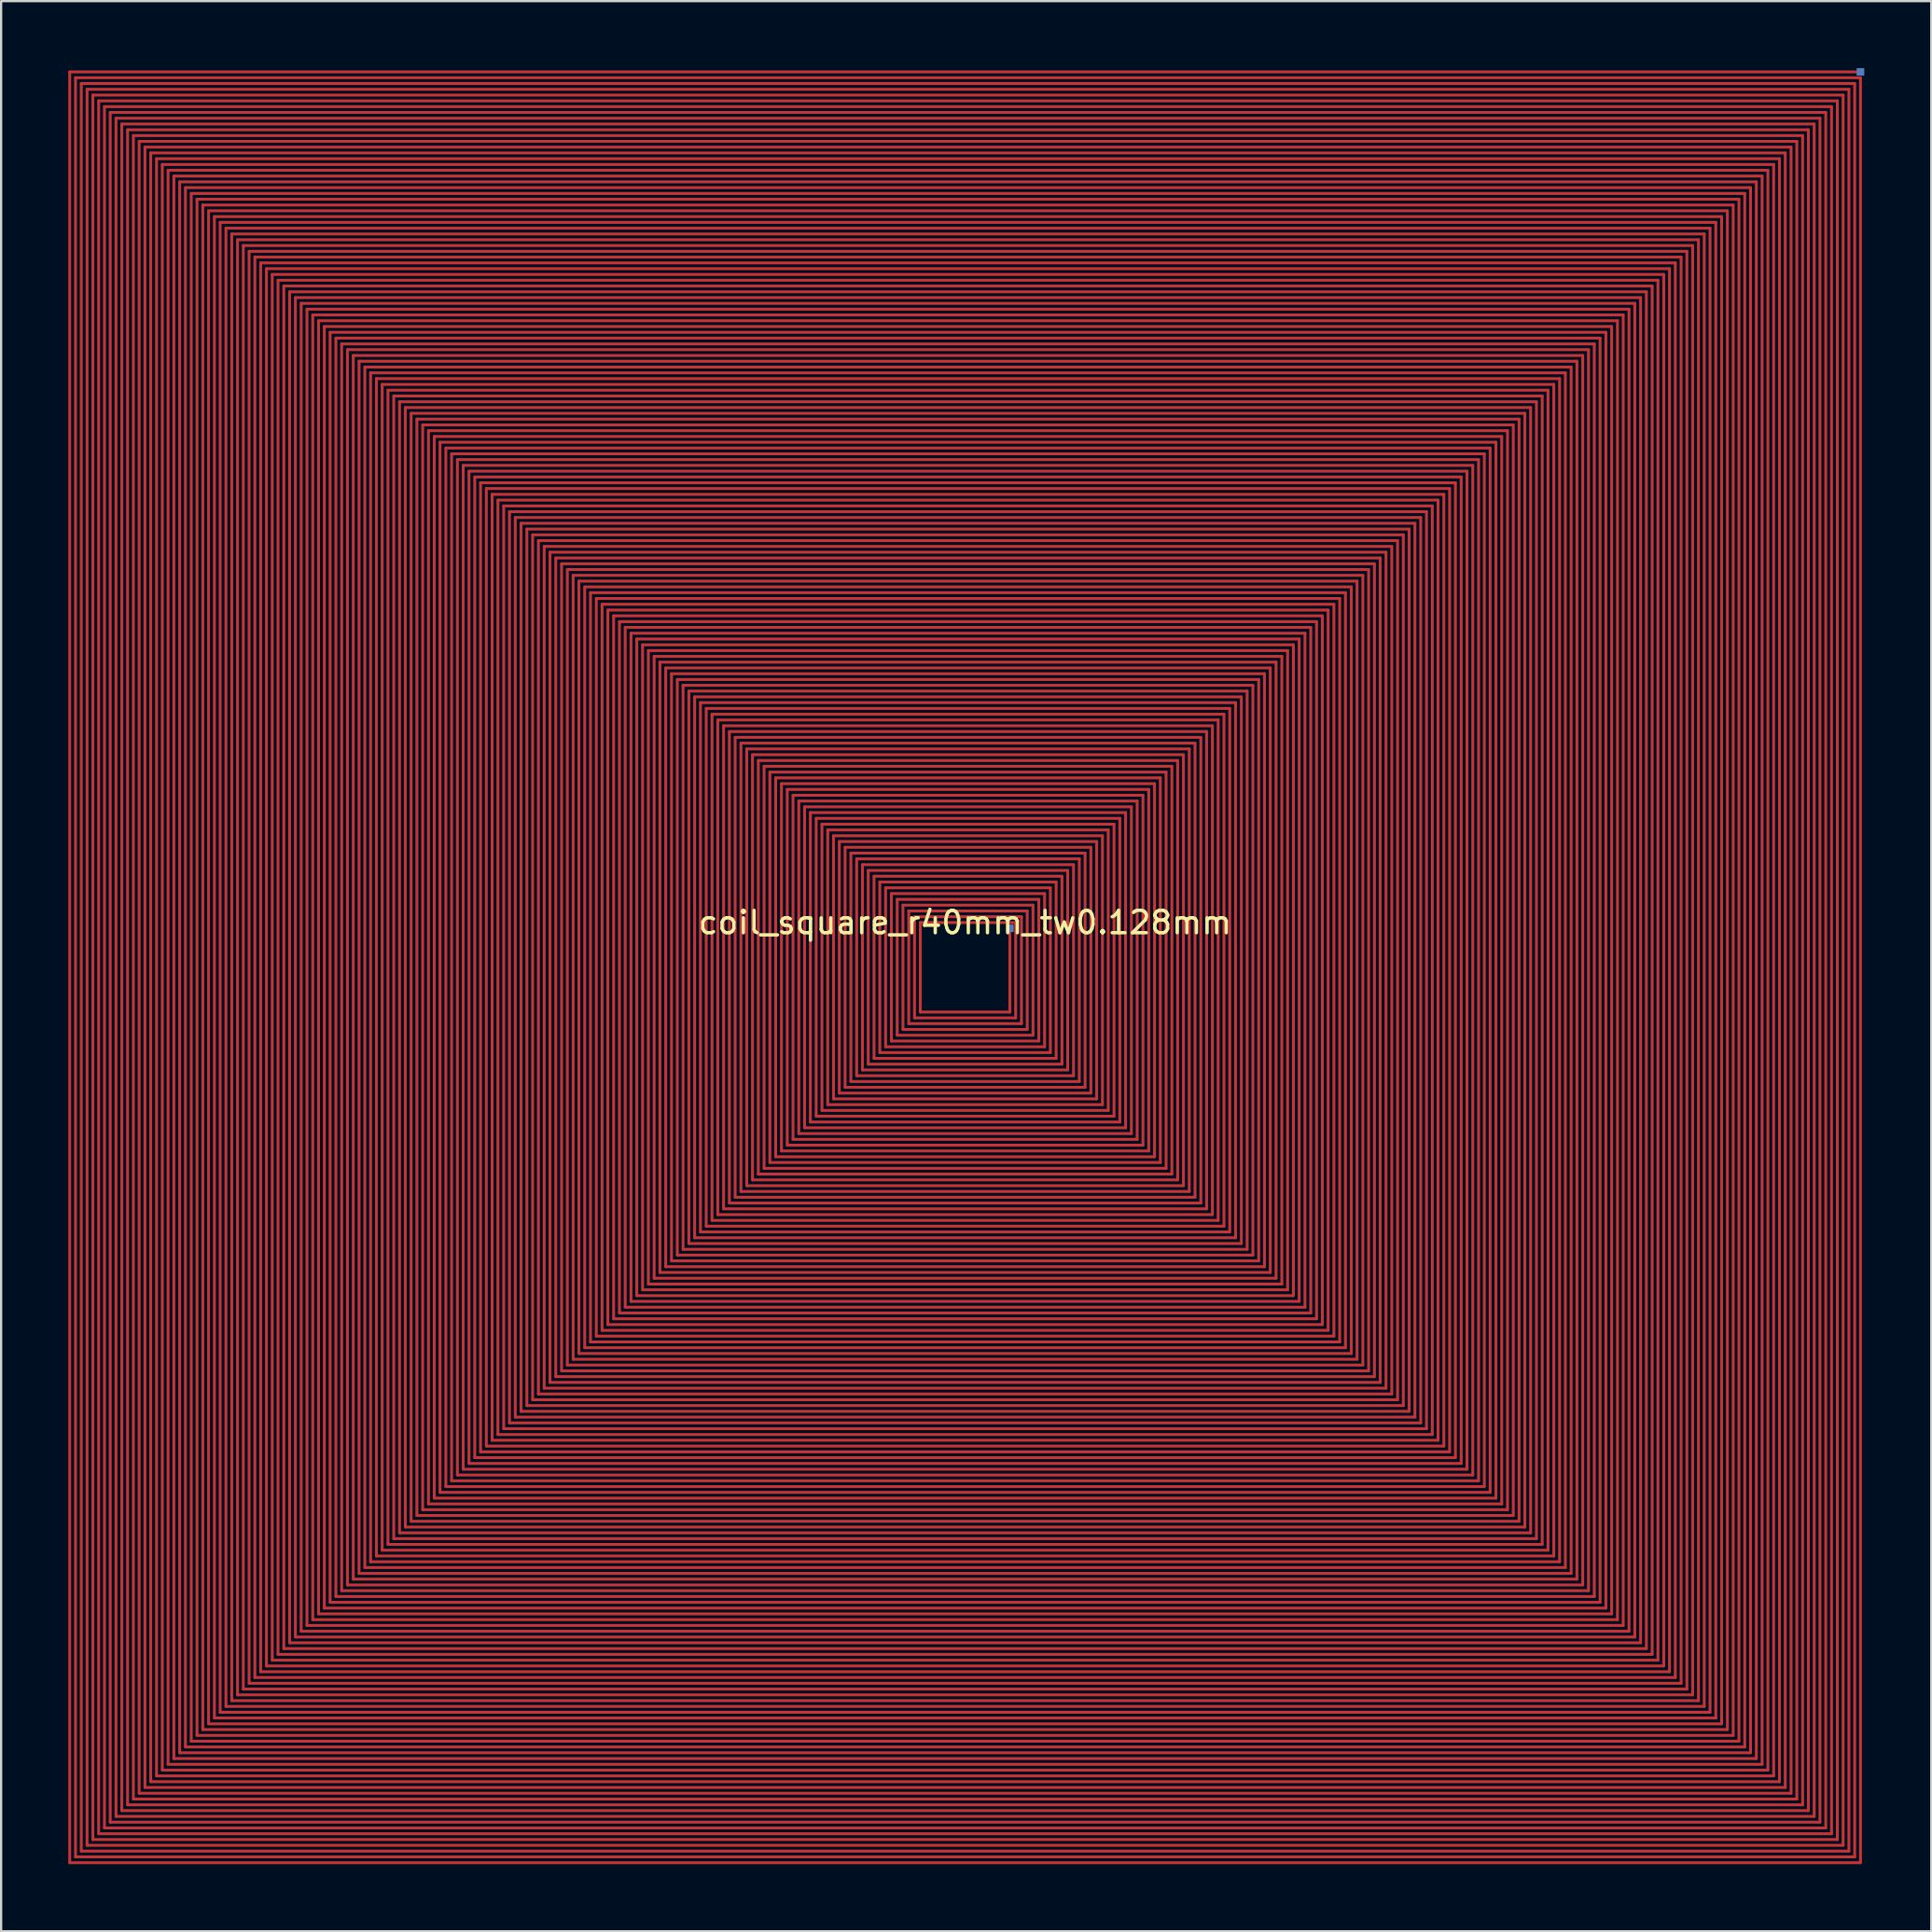
<source format=kicad_pcb>
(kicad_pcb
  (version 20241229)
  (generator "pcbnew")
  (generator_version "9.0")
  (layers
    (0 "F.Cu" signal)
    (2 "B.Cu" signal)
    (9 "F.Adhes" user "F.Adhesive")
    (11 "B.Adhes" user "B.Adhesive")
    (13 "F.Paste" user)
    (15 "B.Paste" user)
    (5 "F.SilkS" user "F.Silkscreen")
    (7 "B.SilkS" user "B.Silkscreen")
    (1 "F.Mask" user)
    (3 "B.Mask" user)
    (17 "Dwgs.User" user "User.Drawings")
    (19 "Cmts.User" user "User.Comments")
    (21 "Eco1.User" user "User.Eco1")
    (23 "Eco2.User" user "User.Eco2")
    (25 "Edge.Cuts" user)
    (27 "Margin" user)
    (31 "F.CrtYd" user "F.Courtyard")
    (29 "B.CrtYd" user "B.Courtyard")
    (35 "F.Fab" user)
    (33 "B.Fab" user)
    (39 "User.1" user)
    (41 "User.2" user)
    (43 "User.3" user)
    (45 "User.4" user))
  (footprint "coil_square_r40mm_tw0.128mm"
    (layer "F.Cu")
    (at 40.064 40.163)
    (property "Reference" "coil_square_r40mm_tw0.128mm" (at 0 -2 0) (layer "F.SilkS") (effects (font (size 1 1) (thickness 0.15))))
    (attr through_hole)
    (fp_line (start -40 -40) (end -40 40) (stroke (width 0.128) (type solid)) (layer "F.Cu"))
    (fp_line (start -40 40) (end 40 40) (stroke (width 0.128) (type solid)) (layer "F.Cu"))
    (fp_line (start -39.741 -39.741) (end -39.741 39.741) (stroke (width 0.128) (type solid)) (layer "F.Cu"))
    (fp_line (start -39.741 39.741) (end 39.741 39.741) (stroke (width 0.128) (type solid)) (layer "F.Cu"))
    (fp_line (start -39.483 -39.483) (end -39.483 39.483) (stroke (width 0.128) (type solid)) (layer "F.Cu"))
    (fp_line (start -39.483 39.483) (end 39.483 39.483) (stroke (width 0.128) (type solid)) (layer "F.Cu"))
    (fp_line (start -39.224 -39.224) (end -39.224 39.224) (stroke (width 0.128) (type solid)) (layer "F.Cu"))
    (fp_line (start -39.224 39.224) (end 39.224 39.224) (stroke (width 0.128) (type solid)) (layer "F.Cu"))
    (fp_line (start -38.966 -38.966) (end -38.966 38.966) (stroke (width 0.128) (type solid)) (layer "F.Cu"))
    (fp_line (start -38.966 38.966) (end 38.966 38.966) (stroke (width 0.128) (type solid)) (layer "F.Cu"))
    (fp_line (start -38.707 -38.707) (end -38.707 38.707) (stroke (width 0.128) (type solid)) (layer "F.Cu"))
    (fp_line (start -38.707 38.707) (end 38.707 38.707) (stroke (width 0.128) (type solid)) (layer "F.Cu"))
    (fp_line (start -38.449 -38.449) (end -38.449 38.449) (stroke (width 0.128) (type solid)) (layer "F.Cu"))
    (fp_line (start -38.449 38.449) (end 38.449 38.449) (stroke (width 0.128) (type solid)) (layer "F.Cu"))
    (fp_line (start -38.19 -38.19) (end -38.19 38.19) (stroke (width 0.128) (type solid)) (layer "F.Cu"))
    (fp_line (start -38.19 38.19) (end 38.19 38.19) (stroke (width 0.128) (type solid)) (layer "F.Cu"))
    (fp_line (start -37.932 -37.932) (end -37.932 37.932) (stroke (width 0.128) (type solid)) (layer "F.Cu"))
    (fp_line (start -37.932 37.932) (end 37.932 37.932) (stroke (width 0.128) (type solid)) (layer "F.Cu"))
    (fp_line (start -37.673 -37.673) (end -37.673 37.673) (stroke (width 0.128) (type solid)) (layer "F.Cu"))
    (fp_line (start -37.673 37.673) (end 37.673 37.673) (stroke (width 0.128) (type solid)) (layer "F.Cu"))
    (fp_line (start -37.415 -37.415) (end -37.415 37.415) (stroke (width 0.128) (type solid)) (layer "F.Cu"))
    (fp_line (start -37.415 37.415) (end 37.415 37.415) (stroke (width 0.128) (type solid)) (layer "F.Cu"))
    (fp_line (start -37.156 -37.156) (end -37.156 37.156) (stroke (width 0.128) (type solid)) (layer "F.Cu"))
    (fp_line (start -37.156 37.156) (end 37.156 37.156) (stroke (width 0.128) (type solid)) (layer "F.Cu"))
    (fp_line (start -36.898 -36.898) (end -36.898 36.898) (stroke (width 0.128) (type solid)) (layer "F.Cu"))
    (fp_line (start -36.898 36.898) (end 36.898 36.898) (stroke (width 0.128) (type solid)) (layer "F.Cu"))
    (fp_line (start -36.639 -36.639) (end -36.639 36.639) (stroke (width 0.128) (type solid)) (layer "F.Cu"))
    (fp_line (start -36.639 36.639) (end 36.639 36.639) (stroke (width 0.128) (type solid)) (layer "F.Cu"))
    (fp_line (start -36.381 -36.381) (end -36.381 36.381) (stroke (width 0.128) (type solid)) (layer "F.Cu"))
    (fp_line (start -36.381 36.381) (end 36.381 36.381) (stroke (width 0.128) (type solid)) (layer "F.Cu"))
    (fp_line (start -36.122 -36.122) (end -36.122 36.122) (stroke (width 0.128) (type solid)) (layer "F.Cu"))
    (fp_line (start -36.122 36.122) (end 36.122 36.122) (stroke (width 0.128) (type solid)) (layer "F.Cu"))
    (fp_line (start -35.864 -35.864) (end -35.864 35.864) (stroke (width 0.128) (type solid)) (layer "F.Cu"))
    (fp_line (start -35.864 35.864) (end 35.864 35.864) (stroke (width 0.128) (type solid)) (layer "F.Cu"))
    (fp_line (start -35.605 -35.605) (end -35.605 35.605) (stroke (width 0.128) (type solid)) (layer "F.Cu"))
    (fp_line (start -35.605 35.605) (end 35.605 35.605) (stroke (width 0.128) (type solid)) (layer "F.Cu"))
    (fp_line (start -35.347 -35.347) (end -35.347 35.347) (stroke (width 0.128) (type solid)) (layer "F.Cu"))
    (fp_line (start -35.347 35.347) (end 35.347 35.347) (stroke (width 0.128) (type solid)) (layer "F.Cu"))
    (fp_line (start -35.088 -35.088) (end -35.088 35.088) (stroke (width 0.128) (type solid)) (layer "F.Cu"))
    (fp_line (start -35.088 35.088) (end 35.088 35.088) (stroke (width 0.128) (type solid)) (layer "F.Cu"))
    (fp_line (start -34.83 -34.83) (end -34.83 34.83) (stroke (width 0.128) (type solid)) (layer "F.Cu"))
    (fp_line (start -34.83 34.83) (end 34.83 34.83) (stroke (width 0.128) (type solid)) (layer "F.Cu"))
    (fp_line (start -34.571 -34.571) (end -34.571 34.571) (stroke (width 0.128) (type solid)) (layer "F.Cu"))
    (fp_line (start -34.571 34.571) (end 34.571 34.571) (stroke (width 0.128) (type solid)) (layer "F.Cu"))
    (fp_line (start -34.313 -34.313) (end -34.313 34.313) (stroke (width 0.128) (type solid)) (layer "F.Cu"))
    (fp_line (start -34.313 34.313) (end 34.313 34.313) (stroke (width 0.128) (type solid)) (layer "F.Cu"))
    (fp_line (start -34.054 -34.054) (end -34.054 34.054) (stroke (width 0.128) (type solid)) (layer "F.Cu"))
    (fp_line (start -34.054 34.054) (end 34.054 34.054) (stroke (width 0.128) (type solid)) (layer "F.Cu"))
    (fp_line (start -33.796 -33.796) (end -33.796 33.796) (stroke (width 0.128) (type solid)) (layer "F.Cu"))
    (fp_line (start -33.796 33.796) (end 33.796 33.796) (stroke (width 0.128) (type solid)) (layer "F.Cu"))
    (fp_line (start -33.537 -33.537) (end -33.537 33.537) (stroke (width 0.128) (type solid)) (layer "F.Cu"))
    (fp_line (start -33.537 33.537) (end 33.537 33.537) (stroke (width 0.128) (type solid)) (layer "F.Cu"))
    (fp_line (start -33.279 -33.279) (end -33.279 33.279) (stroke (width 0.128) (type solid)) (layer "F.Cu"))
    (fp_line (start -33.279 33.279) (end 33.279 33.279) (stroke (width 0.128) (type solid)) (layer "F.Cu"))
    (fp_line (start -33.02 -33.02) (end -33.02 33.02) (stroke (width 0.128) (type solid)) (layer "F.Cu"))
    (fp_line (start -33.02 33.02) (end 33.02 33.02) (stroke (width 0.128) (type solid)) (layer "F.Cu"))
    (fp_line (start -32.762 -32.762) (end -32.762 32.762) (stroke (width 0.128) (type solid)) (layer "F.Cu"))
    (fp_line (start -32.762 32.762) (end 32.762 32.762) (stroke (width 0.128) (type solid)) (layer "F.Cu"))
    (fp_line (start -32.503 -32.503) (end -32.503 32.503) (stroke (width 0.128) (type solid)) (layer "F.Cu"))
    (fp_line (start -32.503 32.503) (end 32.503 32.503) (stroke (width 0.128) (type solid)) (layer "F.Cu"))
    (fp_line (start -32.245 -32.245) (end -32.245 32.245) (stroke (width 0.128) (type solid)) (layer "F.Cu"))
    (fp_line (start -32.245 32.245) (end 32.245 32.245) (stroke (width 0.128) (type solid)) (layer "F.Cu"))
    (fp_line (start -31.986 -31.986) (end -31.986 31.986) (stroke (width 0.128) (type solid)) (layer "F.Cu"))
    (fp_line (start -31.986 31.986) (end 31.986 31.986) (stroke (width 0.128) (type solid)) (layer "F.Cu"))
    (fp_line (start -31.728 -31.728) (end -31.728 31.728) (stroke (width 0.128) (type solid)) (layer "F.Cu"))
    (fp_line (start -31.728 31.728) (end 31.728 31.728) (stroke (width 0.128) (type solid)) (layer "F.Cu"))
    (fp_line (start -31.469 -31.469) (end -31.469 31.469) (stroke (width 0.128) (type solid)) (layer "F.Cu"))
    (fp_line (start -31.469 31.469) (end 31.469 31.469) (stroke (width 0.128) (type solid)) (layer "F.Cu"))
    (fp_line (start -31.211 -31.211) (end -31.211 31.211) (stroke (width 0.128) (type solid)) (layer "F.Cu"))
    (fp_line (start -31.211 31.211) (end 31.211 31.211) (stroke (width 0.128) (type solid)) (layer "F.Cu"))
    (fp_line (start -30.952 -30.952) (end -30.952 30.952) (stroke (width 0.128) (type solid)) (layer "F.Cu"))
    (fp_line (start -30.952 30.952) (end 30.952 30.952) (stroke (width 0.128) (type solid)) (layer "F.Cu"))
    (fp_line (start -30.694 -30.694) (end -30.694 30.694) (stroke (width 0.128) (type solid)) (layer "F.Cu"))
    (fp_line (start -30.694 30.694) (end 30.694 30.694) (stroke (width 0.128) (type solid)) (layer "F.Cu"))
    (fp_line (start -30.435 -30.435) (end -30.435 30.435) (stroke (width 0.128) (type solid)) (layer "F.Cu"))
    (fp_line (start -30.435 30.435) (end 30.435 30.435) (stroke (width 0.128) (type solid)) (layer "F.Cu"))
    (fp_line (start -30.177 -30.177) (end -30.177 30.177) (stroke (width 0.128) (type solid)) (layer "F.Cu"))
    (fp_line (start -30.177 30.177) (end 30.177 30.177) (stroke (width 0.128) (type solid)) (layer "F.Cu"))
    (fp_line (start -29.918 -29.918) (end -29.918 29.918) (stroke (width 0.128) (type solid)) (layer "F.Cu"))
    (fp_line (start -29.918 29.918) (end 29.918 29.918) (stroke (width 0.128) (type solid)) (layer "F.Cu"))
    (fp_line (start -29.66 -29.66) (end -29.66 29.66) (stroke (width 0.128) (type solid)) (layer "F.Cu"))
    (fp_line (start -29.66 29.66) (end 29.66 29.66) (stroke (width 0.128) (type solid)) (layer "F.Cu"))
    (fp_line (start -29.401 -29.401) (end -29.401 29.401) (stroke (width 0.128) (type solid)) (layer "F.Cu"))
    (fp_line (start -29.401 29.401) (end 29.401 29.401) (stroke (width 0.128) (type solid)) (layer "F.Cu"))
    (fp_line (start -29.143 -29.143) (end -29.143 29.143) (stroke (width 0.128) (type solid)) (layer "F.Cu"))
    (fp_line (start -29.143 29.143) (end 29.143 29.143) (stroke (width 0.128) (type solid)) (layer "F.Cu"))
    (fp_line (start -28.884 -28.884) (end -28.884 28.884) (stroke (width 0.128) (type solid)) (layer "F.Cu"))
    (fp_line (start -28.884 28.884) (end 28.884 28.884) (stroke (width 0.128) (type solid)) (layer "F.Cu"))
    (fp_line (start -28.626 -28.626) (end -28.626 28.626) (stroke (width 0.128) (type solid)) (layer "F.Cu"))
    (fp_line (start -28.626 28.626) (end 28.626 28.626) (stroke (width 0.128) (type solid)) (layer "F.Cu"))
    (fp_line (start -28.367 -28.367) (end -28.367 28.367) (stroke (width 0.128) (type solid)) (layer "F.Cu"))
    (fp_line (start -28.367 28.367) (end 28.367 28.367) (stroke (width 0.128) (type solid)) (layer "F.Cu"))
    (fp_line (start -28.109 -28.109) (end -28.109 28.109) (stroke (width 0.128) (type solid)) (layer "F.Cu"))
    (fp_line (start -28.109 28.109) (end 28.109 28.109) (stroke (width 0.128) (type solid)) (layer "F.Cu"))
    (fp_line (start -27.85 -27.85) (end -27.85 27.85) (stroke (width 0.128) (type solid)) (layer "F.Cu"))
    (fp_line (start -27.85 27.85) (end 27.85 27.85) (stroke (width 0.128) (type solid)) (layer "F.Cu"))
    (fp_line (start -27.592 -27.592) (end -27.592 27.592) (stroke (width 0.128) (type solid)) (layer "F.Cu"))
    (fp_line (start -27.592 27.592) (end 27.592 27.592) (stroke (width 0.128) (type solid)) (layer "F.Cu"))
    (fp_line (start -27.333 -27.333) (end -27.333 27.333) (stroke (width 0.128) (type solid)) (layer "F.Cu"))
    (fp_line (start -27.333 27.333) (end 27.333 27.333) (stroke (width 0.128) (type solid)) (layer "F.Cu"))
    (fp_line (start -27.075 -27.075) (end -27.075 27.075) (stroke (width 0.128) (type solid)) (layer "F.Cu"))
    (fp_line (start -27.075 27.075) (end 27.075 27.075) (stroke (width 0.128) (type solid)) (layer "F.Cu"))
    (fp_line (start -26.816 -26.816) (end -26.816 26.816) (stroke (width 0.128) (type solid)) (layer "F.Cu"))
    (fp_line (start -26.816 26.816) (end 26.816 26.816) (stroke (width 0.128) (type solid)) (layer "F.Cu"))
    (fp_line (start -26.558 -26.558) (end -26.558 26.558) (stroke (width 0.128) (type solid)) (layer "F.Cu"))
    (fp_line (start -26.558 26.558) (end 26.558 26.558) (stroke (width 0.128) (type solid)) (layer "F.Cu"))
    (fp_line (start -26.299 -26.299) (end -26.299 26.299) (stroke (width 0.128) (type solid)) (layer "F.Cu"))
    (fp_line (start -26.299 26.299) (end 26.299 26.299) (stroke (width 0.128) (type solid)) (layer "F.Cu"))
    (fp_line (start -26.041 -26.041) (end -26.041 26.041) (stroke (width 0.128) (type solid)) (layer "F.Cu"))
    (fp_line (start -26.041 26.041) (end 26.041 26.041) (stroke (width 0.128) (type solid)) (layer "F.Cu"))
    (fp_line (start -25.782 -25.782) (end -25.782 25.782) (stroke (width 0.128) (type solid)) (layer "F.Cu"))
    (fp_line (start -25.782 25.782) (end 25.782 25.782) (stroke (width 0.128) (type solid)) (layer "F.Cu"))
    (fp_line (start -25.524 -25.524) (end -25.524 25.524) (stroke (width 0.128) (type solid)) (layer "F.Cu"))
    (fp_line (start -25.524 25.524) (end 25.524 25.524) (stroke (width 0.128) (type solid)) (layer "F.Cu"))
    (fp_line (start -25.265 -25.265) (end -25.265 25.265) (stroke (width 0.128) (type solid)) (layer "F.Cu"))
    (fp_line (start -25.265 25.265) (end 25.265 25.265) (stroke (width 0.128) (type solid)) (layer "F.Cu"))
    (fp_line (start -25.007 -25.007) (end -25.007 25.007) (stroke (width 0.128) (type solid)) (layer "F.Cu"))
    (fp_line (start -25.007 25.007) (end 25.007 25.007) (stroke (width 0.128) (type solid)) (layer "F.Cu"))
    (fp_line (start -24.748 -24.748) (end -24.748 24.748) (stroke (width 0.128) (type solid)) (layer "F.Cu"))
    (fp_line (start -24.748 24.748) (end 24.748 24.748) (stroke (width 0.128) (type solid)) (layer "F.Cu"))
    (fp_line (start -24.49 -24.49) (end -24.49 24.49) (stroke (width 0.128) (type solid)) (layer "F.Cu"))
    (fp_line (start -24.49 24.49) (end 24.49 24.49) (stroke (width 0.128) (type solid)) (layer "F.Cu"))
    (fp_line (start -24.231 -24.231) (end -24.231 24.231) (stroke (width 0.128) (type solid)) (layer "F.Cu"))
    (fp_line (start -24.231 24.231) (end 24.231 24.231) (stroke (width 0.128) (type solid)) (layer "F.Cu"))
    (fp_line (start -23.973 -23.973) (end -23.973 23.973) (stroke (width 0.128) (type solid)) (layer "F.Cu"))
    (fp_line (start -23.973 23.973) (end 23.973 23.973) (stroke (width 0.128) (type solid)) (layer "F.Cu"))
    (fp_line (start -23.714 -23.714) (end -23.714 23.714) (stroke (width 0.128) (type solid)) (layer "F.Cu"))
    (fp_line (start -23.714 23.714) (end 23.714 23.714) (stroke (width 0.128) (type solid)) (layer "F.Cu"))
    (fp_line (start -23.456 -23.456) (end -23.456 23.456) (stroke (width 0.128) (type solid)) (layer "F.Cu"))
    (fp_line (start -23.456 23.456) (end 23.456 23.456) (stroke (width 0.128) (type solid)) (layer "F.Cu"))
    (fp_line (start -23.197 -23.197) (end -23.197 23.197) (stroke (width 0.128) (type solid)) (layer "F.Cu"))
    (fp_line (start -23.197 23.197) (end 23.197 23.197) (stroke (width 0.128) (type solid)) (layer "F.Cu"))
    (fp_line (start -22.939 -22.939) (end -22.939 22.939) (stroke (width 0.128) (type solid)) (layer "F.Cu"))
    (fp_line (start -22.939 22.939) (end 22.939 22.939) (stroke (width 0.128) (type solid)) (layer "F.Cu"))
    (fp_line (start -22.68 -22.68) (end -22.68 22.68) (stroke (width 0.128) (type solid)) (layer "F.Cu"))
    (fp_line (start -22.68 22.68) (end 22.68 22.68) (stroke (width 0.128) (type solid)) (layer "F.Cu"))
    (fp_line (start -22.422 -22.422) (end -22.422 22.422) (stroke (width 0.128) (type solid)) (layer "F.Cu"))
    (fp_line (start -22.422 22.422) (end 22.422 22.422) (stroke (width 0.128) (type solid)) (layer "F.Cu"))
    (fp_line (start -22.163 -22.163) (end -22.163 22.163) (stroke (width 0.128) (type solid)) (layer "F.Cu"))
    (fp_line (start -22.163 22.163) (end 22.163 22.163) (stroke (width 0.128) (type solid)) (layer "F.Cu"))
    (fp_line (start -21.905 -21.905) (end -21.905 21.905) (stroke (width 0.128) (type solid)) (layer "F.Cu"))
    (fp_line (start -21.905 21.905) (end 21.905 21.905) (stroke (width 0.128) (type solid)) (layer "F.Cu"))
    (fp_line (start -21.646 -21.646) (end -21.646 21.646) (stroke (width 0.128) (type solid)) (layer "F.Cu"))
    (fp_line (start -21.646 21.646) (end 21.646 21.646) (stroke (width 0.128) (type solid)) (layer "F.Cu"))
    (fp_line (start -21.388 -21.388) (end -21.388 21.388) (stroke (width 0.128) (type solid)) (layer "F.Cu"))
    (fp_line (start -21.388 21.388) (end 21.388 21.388) (stroke (width 0.128) (type solid)) (layer "F.Cu"))
    (fp_line (start -21.129 -21.129) (end -21.129 21.129) (stroke (width 0.128) (type solid)) (layer "F.Cu"))
    (fp_line (start -21.129 21.129) (end 21.129 21.129) (stroke (width 0.128) (type solid)) (layer "F.Cu"))
    (fp_line (start -20.871 -20.871) (end -20.871 20.871) (stroke (width 0.128) (type solid)) (layer "F.Cu"))
    (fp_line (start -20.871 20.871) (end 20.871 20.871) (stroke (width 0.128) (type solid)) (layer "F.Cu"))
    (fp_line (start -20.612 -20.612) (end -20.612 20.612) (stroke (width 0.128) (type solid)) (layer "F.Cu"))
    (fp_line (start -20.612 20.612) (end 20.612 20.612) (stroke (width 0.128) (type solid)) (layer "F.Cu"))
    (fp_line (start -20.354 -20.354) (end -20.354 20.354) (stroke (width 0.128) (type solid)) (layer "F.Cu"))
    (fp_line (start -20.354 20.354) (end 20.354 20.354) (stroke (width 0.128) (type solid)) (layer "F.Cu"))
    (fp_line (start -20.095 -20.095) (end -20.095 20.095) (stroke (width 0.128) (type solid)) (layer "F.Cu"))
    (fp_line (start -20.095 20.095) (end 20.095 20.095) (stroke (width 0.128) (type solid)) (layer "F.Cu"))
    (fp_line (start -19.837 -19.837) (end -19.837 19.837) (stroke (width 0.128) (type solid)) (layer "F.Cu"))
    (fp_line (start -19.837 19.837) (end 19.837 19.837) (stroke (width 0.128) (type solid)) (layer "F.Cu"))
    (fp_line (start -19.578 -19.578) (end -19.578 19.578) (stroke (width 0.128) (type solid)) (layer "F.Cu"))
    (fp_line (start -19.578 19.578) (end 19.578 19.578) (stroke (width 0.128) (type solid)) (layer "F.Cu"))
    (fp_line (start -19.32 -19.32) (end -19.32 19.32) (stroke (width 0.128) (type solid)) (layer "F.Cu"))
    (fp_line (start -19.32 19.32) (end 19.32 19.32) (stroke (width 0.128) (type solid)) (layer "F.Cu"))
    (fp_line (start -19.061 -19.061) (end -19.061 19.061) (stroke (width 0.128) (type solid)) (layer "F.Cu"))
    (fp_line (start -19.061 19.061) (end 19.061 19.061) (stroke (width 0.128) (type solid)) (layer "F.Cu"))
    (fp_line (start -18.803 -18.803) (end -18.803 18.803) (stroke (width 0.128) (type solid)) (layer "F.Cu"))
    (fp_line (start -18.803 18.803) (end 18.803 18.803) (stroke (width 0.128) (type solid)) (layer "F.Cu"))
    (fp_line (start -18.544 -18.544) (end -18.544 18.544) (stroke (width 0.128) (type solid)) (layer "F.Cu"))
    (fp_line (start -18.544 18.544) (end 18.544 18.544) (stroke (width 0.128) (type solid)) (layer "F.Cu"))
    (fp_line (start -18.286 -18.286) (end -18.286 18.286) (stroke (width 0.128) (type solid)) (layer "F.Cu"))
    (fp_line (start -18.286 18.286) (end 18.286 18.286) (stroke (width 0.128) (type solid)) (layer "F.Cu"))
    (fp_line (start -18.027 -18.027) (end -18.027 18.027) (stroke (width 0.128) (type solid)) (layer "F.Cu"))
    (fp_line (start -18.027 18.027) (end 18.027 18.027) (stroke (width 0.128) (type solid)) (layer "F.Cu"))
    (fp_line (start -17.769 -17.769) (end -17.769 17.769) (stroke (width 0.128) (type solid)) (layer "F.Cu"))
    (fp_line (start -17.769 17.769) (end 17.769 17.769) (stroke (width 0.128) (type solid)) (layer "F.Cu"))
    (fp_line (start -17.51 -17.51) (end -17.51 17.51) (stroke (width 0.128) (type solid)) (layer "F.Cu"))
    (fp_line (start -17.51 17.51) (end 17.51 17.51) (stroke (width 0.128) (type solid)) (layer "F.Cu"))
    (fp_line (start -17.252 -17.252) (end -17.252 17.252) (stroke (width 0.128) (type solid)) (layer "F.Cu"))
    (fp_line (start -17.252 17.252) (end 17.252 17.252) (stroke (width 0.128) (type solid)) (layer "F.Cu"))
    (fp_line (start -16.993 -16.993) (end -16.993 16.993) (stroke (width 0.128) (type solid)) (layer "F.Cu"))
    (fp_line (start -16.993 16.993) (end 16.993 16.993) (stroke (width 0.128) (type solid)) (layer "F.Cu"))
    (fp_line (start -16.735 -16.735) (end -16.735 16.735) (stroke (width 0.128) (type solid)) (layer "F.Cu"))
    (fp_line (start -16.735 16.735) (end 16.735 16.735) (stroke (width 0.128) (type solid)) (layer "F.Cu"))
    (fp_line (start -16.476 -16.476) (end -16.476 16.476) (stroke (width 0.128) (type solid)) (layer "F.Cu"))
    (fp_line (start -16.476 16.476) (end 16.476 16.476) (stroke (width 0.128) (type solid)) (layer "F.Cu"))
    (fp_line (start -16.218 -16.218) (end -16.218 16.218) (stroke (width 0.128) (type solid)) (layer "F.Cu"))
    (fp_line (start -16.218 16.218) (end 16.218 16.218) (stroke (width 0.128) (type solid)) (layer "F.Cu"))
    (fp_line (start -15.959 -15.959) (end -15.959 15.959) (stroke (width 0.128) (type solid)) (layer "F.Cu"))
    (fp_line (start -15.959 15.959) (end 15.959 15.959) (stroke (width 0.128) (type solid)) (layer "F.Cu"))
    (fp_line (start -15.701 -15.701) (end -15.701 15.701) (stroke (width 0.128) (type solid)) (layer "F.Cu"))
    (fp_line (start -15.701 15.701) (end 15.701 15.701) (stroke (width 0.128) (type solid)) (layer "F.Cu"))
    (fp_line (start -15.442 -15.442) (end -15.442 15.442) (stroke (width 0.128) (type solid)) (layer "F.Cu"))
    (fp_line (start -15.442 15.442) (end 15.442 15.442) (stroke (width 0.128) (type solid)) (layer "F.Cu"))
    (fp_line (start -15.184 -15.184) (end -15.184 15.184) (stroke (width 0.128) (type solid)) (layer "F.Cu"))
    (fp_line (start -15.184 15.184) (end 15.184 15.184) (stroke (width 0.128) (type solid)) (layer "F.Cu"))
    (fp_line (start -14.925 -14.925) (end -14.925 14.925) (stroke (width 0.128) (type solid)) (layer "F.Cu"))
    (fp_line (start -14.925 14.925) (end 14.925 14.925) (stroke (width 0.128) (type solid)) (layer "F.Cu"))
    (fp_line (start -14.667 -14.667) (end -14.667 14.667) (stroke (width 0.128) (type solid)) (layer "F.Cu"))
    (fp_line (start -14.667 14.667) (end 14.667 14.667) (stroke (width 0.128) (type solid)) (layer "F.Cu"))
    (fp_line (start -14.408 -14.408) (end -14.408 14.408) (stroke (width 0.128) (type solid)) (layer "F.Cu"))
    (fp_line (start -14.408 14.408) (end 14.408 14.408) (stroke (width 0.128) (type solid)) (layer "F.Cu"))
    (fp_line (start -14.15 -14.15) (end -14.15 14.15) (stroke (width 0.128) (type solid)) (layer "F.Cu"))
    (fp_line (start -14.15 14.15) (end 14.15 14.15) (stroke (width 0.128) (type solid)) (layer "F.Cu"))
    (fp_line (start -13.891 -13.891) (end -13.891 13.891) (stroke (width 0.128) (type solid)) (layer "F.Cu"))
    (fp_line (start -13.891 13.891) (end 13.891 13.891) (stroke (width 0.128) (type solid)) (layer "F.Cu"))
    (fp_line (start -13.633 -13.633) (end -13.633 13.633) (stroke (width 0.128) (type solid)) (layer "F.Cu"))
    (fp_line (start -13.633 13.633) (end 13.633 13.633) (stroke (width 0.128) (type solid)) (layer "F.Cu"))
    (fp_line (start -13.374 -13.374) (end -13.374 13.374) (stroke (width 0.128) (type solid)) (layer "F.Cu"))
    (fp_line (start -13.374 13.374) (end 13.374 13.374) (stroke (width 0.128) (type solid)) (layer "F.Cu"))
    (fp_line (start -13.116 -13.116) (end -13.116 13.116) (stroke (width 0.128) (type solid)) (layer "F.Cu"))
    (fp_line (start -13.116 13.116) (end 13.116 13.116) (stroke (width 0.128) (type solid)) (layer "F.Cu"))
    (fp_line (start -12.857 -12.857) (end -12.857 12.857) (stroke (width 0.128) (type solid)) (layer "F.Cu"))
    (fp_line (start -12.857 12.857) (end 12.857 12.857) (stroke (width 0.128) (type solid)) (layer "F.Cu"))
    (fp_line (start -12.599 -12.599) (end -12.599 12.599) (stroke (width 0.128) (type solid)) (layer "F.Cu"))
    (fp_line (start -12.599 12.599) (end 12.599 12.599) (stroke (width 0.128) (type solid)) (layer "F.Cu"))
    (fp_line (start -12.34 -12.34) (end -12.34 12.34) (stroke (width 0.128) (type solid)) (layer "F.Cu"))
    (fp_line (start -12.34 12.34) (end 12.34 12.34) (stroke (width 0.128) (type solid)) (layer "F.Cu"))
    (fp_line (start -12.082 -12.082) (end -12.082 12.082) (stroke (width 0.128) (type solid)) (layer "F.Cu"))
    (fp_line (start -12.082 12.082) (end 12.082 12.082) (stroke (width 0.128) (type solid)) (layer "F.Cu"))
    (fp_line (start -11.823 -11.823) (end -11.823 11.823) (stroke (width 0.128) (type solid)) (layer "F.Cu"))
    (fp_line (start -11.823 11.823) (end 11.823 11.823) (stroke (width 0.128) (type solid)) (layer "F.Cu"))
    (fp_line (start -11.565 -11.565) (end -11.565 11.565) (stroke (width 0.128) (type solid)) (layer "F.Cu"))
    (fp_line (start -11.565 11.565) (end 11.565 11.565) (stroke (width 0.128) (type solid)) (layer "F.Cu"))
    (fp_line (start -11.306 -11.306) (end -11.306 11.306) (stroke (width 0.128) (type solid)) (layer "F.Cu"))
    (fp_line (start -11.306 11.306) (end 11.306 11.306) (stroke (width 0.128) (type solid)) (layer "F.Cu"))
    (fp_line (start -11.048 -11.048) (end -11.048 11.048) (stroke (width 0.128) (type solid)) (layer "F.Cu"))
    (fp_line (start -11.048 11.048) (end 11.048 11.048) (stroke (width 0.128) (type solid)) (layer "F.Cu"))
    (fp_line (start -10.789 -10.789) (end -10.789 10.789) (stroke (width 0.128) (type solid)) (layer "F.Cu"))
    (fp_line (start -10.789 10.789) (end 10.789 10.789) (stroke (width 0.128) (type solid)) (layer "F.Cu"))
    (fp_line (start -10.531 -10.531) (end -10.531 10.531) (stroke (width 0.128) (type solid)) (layer "F.Cu"))
    (fp_line (start -10.531 10.531) (end 10.531 10.531) (stroke (width 0.128) (type solid)) (layer "F.Cu"))
    (fp_line (start -10.272 -10.272) (end -10.272 10.272) (stroke (width 0.128) (type solid)) (layer "F.Cu"))
    (fp_line (start -10.272 10.272) (end 10.272 10.272) (stroke (width 0.128) (type solid)) (layer "F.Cu"))
    (fp_line (start -10.014 -10.014) (end -10.014 10.014) (stroke (width 0.128) (type solid)) (layer "F.Cu"))
    (fp_line (start -10.014 10.014) (end 10.014 10.014) (stroke (width 0.128) (type solid)) (layer "F.Cu"))
    (fp_line (start -9.755 -9.755) (end -9.755 9.755) (stroke (width 0.128) (type solid)) (layer "F.Cu"))
    (fp_line (start -9.755 9.755) (end 9.755 9.755) (stroke (width 0.128) (type solid)) (layer "F.Cu"))
    (fp_line (start -9.497 -9.497) (end -9.497 9.497) (stroke (width 0.128) (type solid)) (layer "F.Cu"))
    (fp_line (start -9.497 9.497) (end 9.497 9.497) (stroke (width 0.128) (type solid)) (layer "F.Cu"))
    (fp_line (start -9.238 -9.238) (end -9.238 9.238) (stroke (width 0.128) (type solid)) (layer "F.Cu"))
    (fp_line (start -9.238 9.238) (end 9.238 9.238) (stroke (width 0.128) (type solid)) (layer "F.Cu"))
    (fp_line (start -8.98 -8.98) (end -8.98 8.98) (stroke (width 0.128) (type solid)) (layer "F.Cu"))
    (fp_line (start -8.98 8.98) (end 8.98 8.98) (stroke (width 0.128) (type solid)) (layer "F.Cu"))
    (fp_line (start -8.721 -8.721) (end -8.721 8.721) (stroke (width 0.128) (type solid)) (layer "F.Cu"))
    (fp_line (start -8.721 8.721) (end 8.721 8.721) (stroke (width 0.128) (type solid)) (layer "F.Cu"))
    (fp_line (start -8.463 -8.463) (end -8.463 8.463) (stroke (width 0.128) (type solid)) (layer "F.Cu"))
    (fp_line (start -8.463 8.463) (end 8.463 8.463) (stroke (width 0.128) (type solid)) (layer "F.Cu"))
    (fp_line (start -8.204 -8.204) (end -8.204 8.204) (stroke (width 0.128) (type solid)) (layer "F.Cu"))
    (fp_line (start -8.204 8.204) (end 8.204 8.204) (stroke (width 0.128) (type solid)) (layer "F.Cu"))
    (fp_line (start -7.946 -7.946) (end -7.946 7.946) (stroke (width 0.128) (type solid)) (layer "F.Cu"))
    (fp_line (start -7.946 7.946) (end 7.946 7.946) (stroke (width 0.128) (type solid)) (layer "F.Cu"))
    (fp_line (start -7.687 -7.687) (end -7.687 7.687) (stroke (width 0.128) (type solid)) (layer "F.Cu"))
    (fp_line (start -7.687 7.687) (end 7.687 7.687) (stroke (width 0.128) (type solid)) (layer "F.Cu"))
    (fp_line (start -7.429 -7.429) (end -7.429 7.429) (stroke (width 0.128) (type solid)) (layer "F.Cu"))
    (fp_line (start -7.429 7.429) (end 7.429 7.429) (stroke (width 0.128) (type solid)) (layer "F.Cu"))
    (fp_line (start -7.17 -7.17) (end -7.17 7.17) (stroke (width 0.128) (type solid)) (layer "F.Cu"))
    (fp_line (start -7.17 7.17) (end 7.17 7.17) (stroke (width 0.128) (type solid)) (layer "F.Cu"))
    (fp_line (start -6.912 -6.912) (end -6.912 6.912) (stroke (width 0.128) (type solid)) (layer "F.Cu"))
    (fp_line (start -6.912 6.912) (end 6.912 6.912) (stroke (width 0.128) (type solid)) (layer "F.Cu"))
    (fp_line (start -6.653 -6.653) (end -6.653 6.653) (stroke (width 0.128) (type solid)) (layer "F.Cu"))
    (fp_line (start -6.653 6.653) (end 6.653 6.653) (stroke (width 0.128) (type solid)) (layer "F.Cu"))
    (fp_line (start -6.395 -6.395) (end -6.395 6.395) (stroke (width 0.128) (type solid)) (layer "F.Cu"))
    (fp_line (start -6.395 6.395) (end 6.395 6.395) (stroke (width 0.128) (type solid)) (layer "F.Cu"))
    (fp_line (start -6.136 -6.136) (end -6.136 6.136) (stroke (width 0.128) (type solid)) (layer "F.Cu"))
    (fp_line (start -6.136 6.136) (end 6.136 6.136) (stroke (width 0.128) (type solid)) (layer "F.Cu"))
    (fp_line (start -5.878 -5.878) (end -5.878 5.878) (stroke (width 0.128) (type solid)) (layer "F.Cu"))
    (fp_line (start -5.878 5.878) (end 5.878 5.878) (stroke (width 0.128) (type solid)) (layer "F.Cu"))
    (fp_line (start -5.619 -5.619) (end -5.619 5.619) (stroke (width 0.128) (type solid)) (layer "F.Cu"))
    (fp_line (start -5.619 5.619) (end 5.619 5.619) (stroke (width 0.128) (type solid)) (layer "F.Cu"))
    (fp_line (start -5.361 -5.361) (end -5.361 5.361) (stroke (width 0.128) (type solid)) (layer "F.Cu"))
    (fp_line (start -5.361 5.361) (end 5.361 5.361) (stroke (width 0.128) (type solid)) (layer "F.Cu"))
    (fp_line (start -5.102 -5.102) (end -5.102 5.102) (stroke (width 0.128) (type solid)) (layer "F.Cu"))
    (fp_line (start -5.102 5.102) (end 5.102 5.102) (stroke (width 0.128) (type solid)) (layer "F.Cu"))
    (fp_line (start -4.844 -4.844) (end -4.844 4.844) (stroke (width 0.128) (type solid)) (layer "F.Cu"))
    (fp_line (start -4.844 4.844) (end 4.844 4.844) (stroke (width 0.128) (type solid)) (layer "F.Cu"))
    (fp_line (start -4.585 -4.585) (end -4.585 4.585) (stroke (width 0.128) (type solid)) (layer "F.Cu"))
    (fp_line (start -4.585 4.585) (end 4.585 4.585) (stroke (width 0.128) (type solid)) (layer "F.Cu"))
    (fp_line (start -4.327 -4.327) (end -4.327 4.327) (stroke (width 0.128) (type solid)) (layer "F.Cu"))
    (fp_line (start -4.327 4.327) (end 4.327 4.327) (stroke (width 0.128) (type solid)) (layer "F.Cu"))
    (fp_line (start -4.068 -4.068) (end -4.068 4.068) (stroke (width 0.128) (type solid)) (layer "F.Cu"))
    (fp_line (start -4.068 4.068) (end 4.068 4.068) (stroke (width 0.128) (type solid)) (layer "F.Cu"))
    (fp_line (start -3.81 -3.81) (end -3.81 3.81) (stroke (width 0.128) (type solid)) (layer "F.Cu"))
    (fp_line (start -3.81 3.81) (end 3.81 3.81) (stroke (width 0.128) (type solid)) (layer "F.Cu"))
    (fp_line (start -3.551 -3.551) (end -3.551 3.551) (stroke (width 0.128) (type solid)) (layer "F.Cu"))
    (fp_line (start -3.551 3.551) (end 3.551 3.551) (stroke (width 0.128) (type solid)) (layer "F.Cu"))
    (fp_line (start -3.293 -3.293) (end -3.293 3.293) (stroke (width 0.128) (type solid)) (layer "F.Cu"))
    (fp_line (start -3.293 3.293) (end 3.293 3.293) (stroke (width 0.128) (type solid)) (layer "F.Cu"))
    (fp_line (start -3.034 -3.034) (end -3.034 3.034) (stroke (width 0.128) (type solid)) (layer "F.Cu"))
    (fp_line (start -3.034 3.034) (end 3.034 3.034) (stroke (width 0.128) (type solid)) (layer "F.Cu"))
    (fp_line (start -2.776 -2.776) (end -2.776 2.776) (stroke (width 0.128) (type solid)) (layer "F.Cu"))
    (fp_line (start -2.776 2.776) (end 2.776 2.776) (stroke (width 0.128) (type solid)) (layer "F.Cu"))
    (fp_line (start -2.517 -2.517) (end -2.517 2.517) (stroke (width 0.128) (type solid)) (layer "F.Cu"))
    (fp_line (start -2.517 2.517) (end 2.517 2.517) (stroke (width 0.128) (type solid)) (layer "F.Cu"))
    (fp_line (start -2.259 -2.259) (end -2.259 2.259) (stroke (width 0.128) (type solid)) (layer "F.Cu"))
    (fp_line (start -2.259 2.259) (end 2.259 2.259) (stroke (width 0.128) (type solid)) (layer "F.Cu"))
    (fp_line (start -2 -2) (end -2 2) (stroke (width 0.128) (type solid)) (layer "F.Cu"))
    (fp_line (start -2 2) (end 2 2) (stroke (width 0.128) (type solid)) (layer "F.Cu"))
    (fp_line (start 2 2) (end 2 -1.741) (stroke (width 0.128) (type solid)) (layer "F.Cu"))
    (fp_line (start 2.259 -2) (end -2 -2) (stroke (width 0.128) (type solid)) (layer "F.Cu"))
    (fp_line (start 2.259 2.259) (end 2.259 -2) (stroke (width 0.128) (type solid)) (layer "F.Cu"))
    (fp_line (start 2.517 -2.259) (end -2.259 -2.259) (stroke (width 0.128) (type solid)) (layer "F.Cu"))
    (fp_line (start 2.517 2.517) (end 2.517 -2.259) (stroke (width 0.128) (type solid)) (layer "F.Cu"))
    (fp_line (start 2.776 -2.517) (end -2.517 -2.517) (stroke (width 0.128) (type solid)) (layer "F.Cu"))
    (fp_line (start 2.776 2.776) (end 2.776 -2.517) (stroke (width 0.128) (type solid)) (layer "F.Cu"))
    (fp_line (start 3.034 -2.776) (end -2.776 -2.776) (stroke (width 0.128) (type solid)) (layer "F.Cu"))
    (fp_line (start 3.034 3.034) (end 3.034 -2.776) (stroke (width 0.128) (type solid)) (layer "F.Cu"))
    (fp_line (start 3.293 -3.034) (end -3.034 -3.034) (stroke (width 0.128) (type solid)) (layer "F.Cu"))
    (fp_line (start 3.293 3.293) (end 3.293 -3.034) (stroke (width 0.128) (type solid)) (layer "F.Cu"))
    (fp_line (start 3.551 -3.293) (end -3.293 -3.293) (stroke (width 0.128) (type solid)) (layer "F.Cu"))
    (fp_line (start 3.551 3.551) (end 3.551 -3.293) (stroke (width 0.128) (type solid)) (layer "F.Cu"))
    (fp_line (start 3.81 -3.551) (end -3.551 -3.551) (stroke (width 0.128) (type solid)) (layer "F.Cu"))
    (fp_line (start 3.81 3.81) (end 3.81 -3.551) (stroke (width 0.128) (type solid)) (layer "F.Cu"))
    (fp_line (start 4.068 -3.81) (end -3.81 -3.81) (stroke (width 0.128) (type solid)) (layer "F.Cu"))
    (fp_line (start 4.068 4.068) (end 4.068 -3.81) (stroke (width 0.128) (type solid)) (layer "F.Cu"))
    (fp_line (start 4.327 -4.068) (end -4.068 -4.068) (stroke (width 0.128) (type solid)) (layer "F.Cu"))
    (fp_line (start 4.327 4.327) (end 4.327 -4.068) (stroke (width 0.128) (type solid)) (layer "F.Cu"))
    (fp_line (start 4.585 -4.327) (end -4.327 -4.327) (stroke (width 0.128) (type solid)) (layer "F.Cu"))
    (fp_line (start 4.585 4.585) (end 4.585 -4.327) (stroke (width 0.128) (type solid)) (layer "F.Cu"))
    (fp_line (start 4.844 -4.585) (end -4.585 -4.585) (stroke (width 0.128) (type solid)) (layer "F.Cu"))
    (fp_line (start 4.844 4.844) (end 4.844 -4.585) (stroke (width 0.128) (type solid)) (layer "F.Cu"))
    (fp_line (start 5.102 -4.844) (end -4.844 -4.844) (stroke (width 0.128) (type solid)) (layer "F.Cu"))
    (fp_line (start 5.102 5.102) (end 5.102 -4.844) (stroke (width 0.128) (type solid)) (layer "F.Cu"))
    (fp_line (start 5.361 -5.102) (end -5.102 -5.102) (stroke (width 0.128) (type solid)) (layer "F.Cu"))
    (fp_line (start 5.361 5.361) (end 5.361 -5.102) (stroke (width 0.128) (type solid)) (layer "F.Cu"))
    (fp_line (start 5.619 -5.361) (end -5.361 -5.361) (stroke (width 0.128) (type solid)) (layer "F.Cu"))
    (fp_line (start 5.619 5.619) (end 5.619 -5.361) (stroke (width 0.128) (type solid)) (layer "F.Cu"))
    (fp_line (start 5.878 -5.619) (end -5.619 -5.619) (stroke (width 0.128) (type solid)) (layer "F.Cu"))
    (fp_line (start 5.878 5.878) (end 5.878 -5.619) (stroke (width 0.128) (type solid)) (layer "F.Cu"))
    (fp_line (start 6.136 -5.878) (end -5.878 -5.878) (stroke (width 0.128) (type solid)) (layer "F.Cu"))
    (fp_line (start 6.136 6.136) (end 6.136 -5.878) (stroke (width 0.128) (type solid)) (layer "F.Cu"))
    (fp_line (start 6.395 -6.136) (end -6.136 -6.136) (stroke (width 0.128) (type solid)) (layer "F.Cu"))
    (fp_line (start 6.395 6.395) (end 6.395 -6.136) (stroke (width 0.128) (type solid)) (layer "F.Cu"))
    (fp_line (start 6.653 -6.395) (end -6.395 -6.395) (stroke (width 0.128) (type solid)) (layer "F.Cu"))
    (fp_line (start 6.653 6.653) (end 6.653 -6.395) (stroke (width 0.128) (type solid)) (layer "F.Cu"))
    (fp_line (start 6.912 -6.653) (end -6.653 -6.653) (stroke (width 0.128) (type solid)) (layer "F.Cu"))
    (fp_line (start 6.912 6.912) (end 6.912 -6.653) (stroke (width 0.128) (type solid)) (layer "F.Cu"))
    (fp_line (start 7.17 -6.912) (end -6.912 -6.912) (stroke (width 0.128) (type solid)) (layer "F.Cu"))
    (fp_line (start 7.17 7.17) (end 7.17 -6.912) (stroke (width 0.128) (type solid)) (layer "F.Cu"))
    (fp_line (start 7.429 -7.17) (end -7.17 -7.17) (stroke (width 0.128) (type solid)) (layer "F.Cu"))
    (fp_line (start 7.429 7.429) (end 7.429 -7.17) (stroke (width 0.128) (type solid)) (layer "F.Cu"))
    (fp_line (start 7.687 -7.429) (end -7.429 -7.429) (stroke (width 0.128) (type solid)) (layer "F.Cu"))
    (fp_line (start 7.687 7.687) (end 7.687 -7.429) (stroke (width 0.128) (type solid)) (layer "F.Cu"))
    (fp_line (start 7.946 -7.687) (end -7.687 -7.687) (stroke (width 0.128) (type solid)) (layer "F.Cu"))
    (fp_line (start 7.946 7.946) (end 7.946 -7.687) (stroke (width 0.128) (type solid)) (layer "F.Cu"))
    (fp_line (start 8.204 -7.946) (end -7.946 -7.946) (stroke (width 0.128) (type solid)) (layer "F.Cu"))
    (fp_line (start 8.204 8.204) (end 8.204 -7.946) (stroke (width 0.128) (type solid)) (layer "F.Cu"))
    (fp_line (start 8.463 -8.204) (end -8.204 -8.204) (stroke (width 0.128) (type solid)) (layer "F.Cu"))
    (fp_line (start 8.463 8.463) (end 8.463 -8.204) (stroke (width 0.128) (type solid)) (layer "F.Cu"))
    (fp_line (start 8.721 -8.463) (end -8.463 -8.463) (stroke (width 0.128) (type solid)) (layer "F.Cu"))
    (fp_line (start 8.721 8.721) (end 8.721 -8.463) (stroke (width 0.128) (type solid)) (layer "F.Cu"))
    (fp_line (start 8.98 -8.721) (end -8.721 -8.721) (stroke (width 0.128) (type solid)) (layer "F.Cu"))
    (fp_line (start 8.98 8.98) (end 8.98 -8.721) (stroke (width 0.128) (type solid)) (layer "F.Cu"))
    (fp_line (start 9.238 -8.98) (end -8.98 -8.98) (stroke (width 0.128) (type solid)) (layer "F.Cu"))
    (fp_line (start 9.238 9.238) (end 9.238 -8.98) (stroke (width 0.128) (type solid)) (layer "F.Cu"))
    (fp_line (start 9.497 -9.238) (end -9.238 -9.238) (stroke (width 0.128) (type solid)) (layer "F.Cu"))
    (fp_line (start 9.497 9.497) (end 9.497 -9.238) (stroke (width 0.128) (type solid)) (layer "F.Cu"))
    (fp_line (start 9.755 -9.497) (end -9.497 -9.497) (stroke (width 0.128) (type solid)) (layer "F.Cu"))
    (fp_line (start 9.755 9.755) (end 9.755 -9.497) (stroke (width 0.128) (type solid)) (layer "F.Cu"))
    (fp_line (start 10.014 -9.755) (end -9.755 -9.755) (stroke (width 0.128) (type solid)) (layer "F.Cu"))
    (fp_line (start 10.014 10.014) (end 10.014 -9.755) (stroke (width 0.128) (type solid)) (layer "F.Cu"))
    (fp_line (start 10.272 -10.014) (end -10.014 -10.014) (stroke (width 0.128) (type solid)) (layer "F.Cu"))
    (fp_line (start 10.272 10.272) (end 10.272 -10.014) (stroke (width 0.128) (type solid)) (layer "F.Cu"))
    (fp_line (start 10.531 -10.272) (end -10.272 -10.272) (stroke (width 0.128) (type solid)) (layer "F.Cu"))
    (fp_line (start 10.531 10.531) (end 10.531 -10.272) (stroke (width 0.128) (type solid)) (layer "F.Cu"))
    (fp_line (start 10.789 -10.531) (end -10.531 -10.531) (stroke (width 0.128) (type solid)) (layer "F.Cu"))
    (fp_line (start 10.789 10.789) (end 10.789 -10.531) (stroke (width 0.128) (type solid)) (layer "F.Cu"))
    (fp_line (start 11.048 -10.789) (end -10.789 -10.789) (stroke (width 0.128) (type solid)) (layer "F.Cu"))
    (fp_line (start 11.048 11.048) (end 11.048 -10.789) (stroke (width 0.128) (type solid)) (layer "F.Cu"))
    (fp_line (start 11.306 -11.048) (end -11.048 -11.048) (stroke (width 0.128) (type solid)) (layer "F.Cu"))
    (fp_line (start 11.306 11.306) (end 11.306 -11.048) (stroke (width 0.128) (type solid)) (layer "F.Cu"))
    (fp_line (start 11.565 -11.306) (end -11.306 -11.306) (stroke (width 0.128) (type solid)) (layer "F.Cu"))
    (fp_line (start 11.565 11.565) (end 11.565 -11.306) (stroke (width 0.128) (type solid)) (layer "F.Cu"))
    (fp_line (start 11.823 -11.565) (end -11.565 -11.565) (stroke (width 0.128) (type solid)) (layer "F.Cu"))
    (fp_line (start 11.823 11.823) (end 11.823 -11.565) (stroke (width 0.128) (type solid)) (layer "F.Cu"))
    (fp_line (start 12.082 -11.823) (end -11.823 -11.823) (stroke (width 0.128) (type solid)) (layer "F.Cu"))
    (fp_line (start 12.082 12.082) (end 12.082 -11.823) (stroke (width 0.128) (type solid)) (layer "F.Cu"))
    (fp_line (start 12.34 -12.082) (end -12.082 -12.082) (stroke (width 0.128) (type solid)) (layer "F.Cu"))
    (fp_line (start 12.34 12.34) (end 12.34 -12.082) (stroke (width 0.128) (type solid)) (layer "F.Cu"))
    (fp_line (start 12.599 -12.34) (end -12.34 -12.34) (stroke (width 0.128) (type solid)) (layer "F.Cu"))
    (fp_line (start 12.599 12.599) (end 12.599 -12.34) (stroke (width 0.128) (type solid)) (layer "F.Cu"))
    (fp_line (start 12.857 -12.599) (end -12.599 -12.599) (stroke (width 0.128) (type solid)) (layer "F.Cu"))
    (fp_line (start 12.857 12.857) (end 12.857 -12.599) (stroke (width 0.128) (type solid)) (layer "F.Cu"))
    (fp_line (start 13.116 -12.857) (end -12.857 -12.857) (stroke (width 0.128) (type solid)) (layer "F.Cu"))
    (fp_line (start 13.116 13.116) (end 13.116 -12.857) (stroke (width 0.128) (type solid)) (layer "F.Cu"))
    (fp_line (start 13.374 -13.116) (end -13.116 -13.116) (stroke (width 0.128) (type solid)) (layer "F.Cu"))
    (fp_line (start 13.374 13.374) (end 13.374 -13.116) (stroke (width 0.128) (type solid)) (layer "F.Cu"))
    (fp_line (start 13.633 -13.374) (end -13.374 -13.374) (stroke (width 0.128) (type solid)) (layer "F.Cu"))
    (fp_line (start 13.633 13.633) (end 13.633 -13.374) (stroke (width 0.128) (type solid)) (layer "F.Cu"))
    (fp_line (start 13.891 -13.633) (end -13.633 -13.633) (stroke (width 0.128) (type solid)) (layer "F.Cu"))
    (fp_line (start 13.891 13.891) (end 13.891 -13.633) (stroke (width 0.128) (type solid)) (layer "F.Cu"))
    (fp_line (start 14.15 -13.891) (end -13.891 -13.891) (stroke (width 0.128) (type solid)) (layer "F.Cu"))
    (fp_line (start 14.15 14.15) (end 14.15 -13.891) (stroke (width 0.128) (type solid)) (layer "F.Cu"))
    (fp_line (start 14.408 -14.15) (end -14.15 -14.15) (stroke (width 0.128) (type solid)) (layer "F.Cu"))
    (fp_line (start 14.408 14.408) (end 14.408 -14.15) (stroke (width 0.128) (type solid)) (layer "F.Cu"))
    (fp_line (start 14.667 -14.408) (end -14.408 -14.408) (stroke (width 0.128) (type solid)) (layer "F.Cu"))
    (fp_line (start 14.667 14.667) (end 14.667 -14.408) (stroke (width 0.128) (type solid)) (layer "F.Cu"))
    (fp_line (start 14.925 -14.667) (end -14.667 -14.667) (stroke (width 0.128) (type solid)) (layer "F.Cu"))
    (fp_line (start 14.925 14.925) (end 14.925 -14.667) (stroke (width 0.128) (type solid)) (layer "F.Cu"))
    (fp_line (start 15.184 -14.925) (end -14.925 -14.925) (stroke (width 0.128) (type solid)) (layer "F.Cu"))
    (fp_line (start 15.184 15.184) (end 15.184 -14.925) (stroke (width 0.128) (type solid)) (layer "F.Cu"))
    (fp_line (start 15.442 -15.184) (end -15.184 -15.184) (stroke (width 0.128) (type solid)) (layer "F.Cu"))
    (fp_line (start 15.442 15.442) (end 15.442 -15.184) (stroke (width 0.128) (type solid)) (layer "F.Cu"))
    (fp_line (start 15.701 -15.442) (end -15.442 -15.442) (stroke (width 0.128) (type solid)) (layer "F.Cu"))
    (fp_line (start 15.701 15.701) (end 15.701 -15.442) (stroke (width 0.128) (type solid)) (layer "F.Cu"))
    (fp_line (start 15.959 -15.701) (end -15.701 -15.701) (stroke (width 0.128) (type solid)) (layer "F.Cu"))
    (fp_line (start 15.959 15.959) (end 15.959 -15.701) (stroke (width 0.128) (type solid)) (layer "F.Cu"))
    (fp_line (start 16.218 -15.959) (end -15.959 -15.959) (stroke (width 0.128) (type solid)) (layer "F.Cu"))
    (fp_line (start 16.218 16.218) (end 16.218 -15.959) (stroke (width 0.128) (type solid)) (layer "F.Cu"))
    (fp_line (start 16.476 -16.218) (end -16.218 -16.218) (stroke (width 0.128) (type solid)) (layer "F.Cu"))
    (fp_line (start 16.476 16.476) (end 16.476 -16.218) (stroke (width 0.128) (type solid)) (layer "F.Cu"))
    (fp_line (start 16.735 -16.476) (end -16.476 -16.476) (stroke (width 0.128) (type solid)) (layer "F.Cu"))
    (fp_line (start 16.735 16.735) (end 16.735 -16.476) (stroke (width 0.128) (type solid)) (layer "F.Cu"))
    (fp_line (start 16.993 -16.735) (end -16.735 -16.735) (stroke (width 0.128) (type solid)) (layer "F.Cu"))
    (fp_line (start 16.993 16.993) (end 16.993 -16.735) (stroke (width 0.128) (type solid)) (layer "F.Cu"))
    (fp_line (start 17.252 -16.993) (end -16.993 -16.993) (stroke (width 0.128) (type solid)) (layer "F.Cu"))
    (fp_line (start 17.252 17.252) (end 17.252 -16.993) (stroke (width 0.128) (type solid)) (layer "F.Cu"))
    (fp_line (start 17.51 -17.252) (end -17.252 -17.252) (stroke (width 0.128) (type solid)) (layer "F.Cu"))
    (fp_line (start 17.51 17.51) (end 17.51 -17.252) (stroke (width 0.128) (type solid)) (layer "F.Cu"))
    (fp_line (start 17.769 -17.51) (end -17.51 -17.51) (stroke (width 0.128) (type solid)) (layer "F.Cu"))
    (fp_line (start 17.769 17.769) (end 17.769 -17.51) (stroke (width 0.128) (type solid)) (layer "F.Cu"))
    (fp_line (start 18.027 -17.769) (end -17.769 -17.769) (stroke (width 0.128) (type solid)) (layer "F.Cu"))
    (fp_line (start 18.027 18.027) (end 18.027 -17.769) (stroke (width 0.128) (type solid)) (layer "F.Cu"))
    (fp_line (start 18.286 -18.027) (end -18.027 -18.027) (stroke (width 0.128) (type solid)) (layer "F.Cu"))
    (fp_line (start 18.286 18.286) (end 18.286 -18.027) (stroke (width 0.128) (type solid)) (layer "F.Cu"))
    (fp_line (start 18.544 -18.286) (end -18.286 -18.286) (stroke (width 0.128) (type solid)) (layer "F.Cu"))
    (fp_line (start 18.544 18.544) (end 18.544 -18.286) (stroke (width 0.128) (type solid)) (layer "F.Cu"))
    (fp_line (start 18.803 -18.544) (end -18.544 -18.544) (stroke (width 0.128) (type solid)) (layer "F.Cu"))
    (fp_line (start 18.803 18.803) (end 18.803 -18.544) (stroke (width 0.128) (type solid)) (layer "F.Cu"))
    (fp_line (start 19.061 -18.803) (end -18.803 -18.803) (stroke (width 0.128) (type solid)) (layer "F.Cu"))
    (fp_line (start 19.061 19.061) (end 19.061 -18.803) (stroke (width 0.128) (type solid)) (layer "F.Cu"))
    (fp_line (start 19.32 -19.061) (end -19.061 -19.061) (stroke (width 0.128) (type solid)) (layer "F.Cu"))
    (fp_line (start 19.32 19.32) (end 19.32 -19.061) (stroke (width 0.128) (type solid)) (layer "F.Cu"))
    (fp_line (start 19.578 -19.32) (end -19.32 -19.32) (stroke (width 0.128) (type solid)) (layer "F.Cu"))
    (fp_line (start 19.578 19.578) (end 19.578 -19.32) (stroke (width 0.128) (type solid)) (layer "F.Cu"))
    (fp_line (start 19.837 -19.578) (end -19.578 -19.578) (stroke (width 0.128) (type solid)) (layer "F.Cu"))
    (fp_line (start 19.837 19.837) (end 19.837 -19.578) (stroke (width 0.128) (type solid)) (layer "F.Cu"))
    (fp_line (start 20.095 -19.837) (end -19.837 -19.837) (stroke (width 0.128) (type solid)) (layer "F.Cu"))
    (fp_line (start 20.095 20.095) (end 20.095 -19.837) (stroke (width 0.128) (type solid)) (layer "F.Cu"))
    (fp_line (start 20.354 -20.095) (end -20.095 -20.095) (stroke (width 0.128) (type solid)) (layer "F.Cu"))
    (fp_line (start 20.354 20.354) (end 20.354 -20.095) (stroke (width 0.128) (type solid)) (layer "F.Cu"))
    (fp_line (start 20.612 -20.354) (end -20.354 -20.354) (stroke (width 0.128) (type solid)) (layer "F.Cu"))
    (fp_line (start 20.612 20.612) (end 20.612 -20.354) (stroke (width 0.128) (type solid)) (layer "F.Cu"))
    (fp_line (start 20.871 -20.612) (end -20.612 -20.612) (stroke (width 0.128) (type solid)) (layer "F.Cu"))
    (fp_line (start 20.871 20.871) (end 20.871 -20.612) (stroke (width 0.128) (type solid)) (layer "F.Cu"))
    (fp_line (start 21.129 -20.871) (end -20.871 -20.871) (stroke (width 0.128) (type solid)) (layer "F.Cu"))
    (fp_line (start 21.129 21.129) (end 21.129 -20.871) (stroke (width 0.128) (type solid)) (layer "F.Cu"))
    (fp_line (start 21.388 -21.129) (end -21.129 -21.129) (stroke (width 0.128) (type solid)) (layer "F.Cu"))
    (fp_line (start 21.388 21.388) (end 21.388 -21.129) (stroke (width 0.128) (type solid)) (layer "F.Cu"))
    (fp_line (start 21.646 -21.388) (end -21.388 -21.388) (stroke (width 0.128) (type solid)) (layer "F.Cu"))
    (fp_line (start 21.646 21.646) (end 21.646 -21.388) (stroke (width 0.128) (type solid)) (layer "F.Cu"))
    (fp_line (start 21.905 -21.646) (end -21.646 -21.646) (stroke (width 0.128) (type solid)) (layer "F.Cu"))
    (fp_line (start 21.905 21.905) (end 21.905 -21.646) (stroke (width 0.128) (type solid)) (layer "F.Cu"))
    (fp_line (start 22.163 -21.905) (end -21.905 -21.905) (stroke (width 0.128) (type solid)) (layer "F.Cu"))
    (fp_line (start 22.163 22.163) (end 22.163 -21.905) (stroke (width 0.128) (type solid)) (layer "F.Cu"))
    (fp_line (start 22.422 -22.163) (end -22.163 -22.163) (stroke (width 0.128) (type solid)) (layer "F.Cu"))
    (fp_line (start 22.422 22.422) (end 22.422 -22.163) (stroke (width 0.128) (type solid)) (layer "F.Cu"))
    (fp_line (start 22.68 -22.422) (end -22.422 -22.422) (stroke (width 0.128) (type solid)) (layer "F.Cu"))
    (fp_line (start 22.68 22.68) (end 22.68 -22.422) (stroke (width 0.128) (type solid)) (layer "F.Cu"))
    (fp_line (start 22.939 -22.68) (end -22.68 -22.68) (stroke (width 0.128) (type solid)) (layer "F.Cu"))
    (fp_line (start 22.939 22.939) (end 22.939 -22.68) (stroke (width 0.128) (type solid)) (layer "F.Cu"))
    (fp_line (start 23.197 -22.939) (end -22.939 -22.939) (stroke (width 0.128) (type solid)) (layer "F.Cu"))
    (fp_line (start 23.197 23.197) (end 23.197 -22.939) (stroke (width 0.128) (type solid)) (layer "F.Cu"))
    (fp_line (start 23.456 -23.197) (end -23.197 -23.197) (stroke (width 0.128) (type solid)) (layer "F.Cu"))
    (fp_line (start 23.456 23.456) (end 23.456 -23.197) (stroke (width 0.128) (type solid)) (layer "F.Cu"))
    (fp_line (start 23.714 -23.456) (end -23.456 -23.456) (stroke (width 0.128) (type solid)) (layer "F.Cu"))
    (fp_line (start 23.714 23.714) (end 23.714 -23.456) (stroke (width 0.128) (type solid)) (layer "F.Cu"))
    (fp_line (start 23.973 -23.714) (end -23.714 -23.714) (stroke (width 0.128) (type solid)) (layer "F.Cu"))
    (fp_line (start 23.973 23.973) (end 23.973 -23.714) (stroke (width 0.128) (type solid)) (layer "F.Cu"))
    (fp_line (start 24.231 -23.973) (end -23.973 -23.973) (stroke (width 0.128) (type solid)) (layer "F.Cu"))
    (fp_line (start 24.231 24.231) (end 24.231 -23.973) (stroke (width 0.128) (type solid)) (layer "F.Cu"))
    (fp_line (start 24.49 -24.231) (end -24.231 -24.231) (stroke (width 0.128) (type solid)) (layer "F.Cu"))
    (fp_line (start 24.49 24.49) (end 24.49 -24.231) (stroke (width 0.128) (type solid)) (layer "F.Cu"))
    (fp_line (start 24.748 -24.49) (end -24.49 -24.49) (stroke (width 0.128) (type solid)) (layer "F.Cu"))
    (fp_line (start 24.748 24.748) (end 24.748 -24.49) (stroke (width 0.128) (type solid)) (layer "F.Cu"))
    (fp_line (start 25.007 -24.748) (end -24.748 -24.748) (stroke (width 0.128) (type solid)) (layer "F.Cu"))
    (fp_line (start 25.007 25.007) (end 25.007 -24.748) (stroke (width 0.128) (type solid)) (layer "F.Cu"))
    (fp_line (start 25.265 -25.007) (end -25.007 -25.007) (stroke (width 0.128) (type solid)) (layer "F.Cu"))
    (fp_line (start 25.265 25.265) (end 25.265 -25.007) (stroke (width 0.128) (type solid)) (layer "F.Cu"))
    (fp_line (start 25.524 -25.265) (end -25.265 -25.265) (stroke (width 0.128) (type solid)) (layer "F.Cu"))
    (fp_line (start 25.524 25.524) (end 25.524 -25.265) (stroke (width 0.128) (type solid)) (layer "F.Cu"))
    (fp_line (start 25.782 -25.524) (end -25.524 -25.524) (stroke (width 0.128) (type solid)) (layer "F.Cu"))
    (fp_line (start 25.782 25.782) (end 25.782 -25.524) (stroke (width 0.128) (type solid)) (layer "F.Cu"))
    (fp_line (start 26.041 -25.782) (end -25.782 -25.782) (stroke (width 0.128) (type solid)) (layer "F.Cu"))
    (fp_line (start 26.041 26.041) (end 26.041 -25.782) (stroke (width 0.128) (type solid)) (layer "F.Cu"))
    (fp_line (start 26.299 -26.041) (end -26.041 -26.041) (stroke (width 0.128) (type solid)) (layer "F.Cu"))
    (fp_line (start 26.299 26.299) (end 26.299 -26.041) (stroke (width 0.128) (type solid)) (layer "F.Cu"))
    (fp_line (start 26.558 -26.299) (end -26.299 -26.299) (stroke (width 0.128) (type solid)) (layer "F.Cu"))
    (fp_line (start 26.558 26.558) (end 26.558 -26.299) (stroke (width 0.128) (type solid)) (layer "F.Cu"))
    (fp_line (start 26.816 -26.558) (end -26.558 -26.558) (stroke (width 0.128) (type solid)) (layer "F.Cu"))
    (fp_line (start 26.816 26.816) (end 26.816 -26.558) (stroke (width 0.128) (type solid)) (layer "F.Cu"))
    (fp_line (start 27.075 -26.816) (end -26.816 -26.816) (stroke (width 0.128) (type solid)) (layer "F.Cu"))
    (fp_line (start 27.075 27.075) (end 27.075 -26.816) (stroke (width 0.128) (type solid)) (layer "F.Cu"))
    (fp_line (start 27.333 -27.075) (end -27.075 -27.075) (stroke (width 0.128) (type solid)) (layer "F.Cu"))
    (fp_line (start 27.333 27.333) (end 27.333 -27.075) (stroke (width 0.128) (type solid)) (layer "F.Cu"))
    (fp_line (start 27.592 -27.333) (end -27.333 -27.333) (stroke (width 0.128) (type solid)) (layer "F.Cu"))
    (fp_line (start 27.592 27.592) (end 27.592 -27.333) (stroke (width 0.128) (type solid)) (layer "F.Cu"))
    (fp_line (start 27.85 -27.592) (end -27.592 -27.592) (stroke (width 0.128) (type solid)) (layer "F.Cu"))
    (fp_line (start 27.85 27.85) (end 27.85 -27.592) (stroke (width 0.128) (type solid)) (layer "F.Cu"))
    (fp_line (start 28.109 -27.85) (end -27.85 -27.85) (stroke (width 0.128) (type solid)) (layer "F.Cu"))
    (fp_line (start 28.109 28.109) (end 28.109 -27.85) (stroke (width 0.128) (type solid)) (layer "F.Cu"))
    (fp_line (start 28.367 -28.109) (end -28.109 -28.109) (stroke (width 0.128) (type solid)) (layer "F.Cu"))
    (fp_line (start 28.367 28.367) (end 28.367 -28.109) (stroke (width 0.128) (type solid)) (layer "F.Cu"))
    (fp_line (start 28.626 -28.367) (end -28.367 -28.367) (stroke (width 0.128) (type solid)) (layer "F.Cu"))
    (fp_line (start 28.626 28.626) (end 28.626 -28.367) (stroke (width 0.128) (type solid)) (layer "F.Cu"))
    (fp_line (start 28.884 -28.626) (end -28.626 -28.626) (stroke (width 0.128) (type solid)) (layer "F.Cu"))
    (fp_line (start 28.884 28.884) (end 28.884 -28.626) (stroke (width 0.128) (type solid)) (layer "F.Cu"))
    (fp_line (start 29.143 -28.884) (end -28.884 -28.884) (stroke (width 0.128) (type solid)) (layer "F.Cu"))
    (fp_line (start 29.143 29.143) (end 29.143 -28.884) (stroke (width 0.128) (type solid)) (layer "F.Cu"))
    (fp_line (start 29.401 -29.143) (end -29.143 -29.143) (stroke (width 0.128) (type solid)) (layer "F.Cu"))
    (fp_line (start 29.401 29.401) (end 29.401 -29.143) (stroke (width 0.128) (type solid)) (layer "F.Cu"))
    (fp_line (start 29.66 -29.401) (end -29.401 -29.401) (stroke (width 0.128) (type solid)) (layer "F.Cu"))
    (fp_line (start 29.66 29.66) (end 29.66 -29.401) (stroke (width 0.128) (type solid)) (layer "F.Cu"))
    (fp_line (start 29.918 -29.66) (end -29.66 -29.66) (stroke (width 0.128) (type solid)) (layer "F.Cu"))
    (fp_line (start 29.918 29.918) (end 29.918 -29.66) (stroke (width 0.128) (type solid)) (layer "F.Cu"))
    (fp_line (start 30.177 -29.918) (end -29.918 -29.918) (stroke (width 0.128) (type solid)) (layer "F.Cu"))
    (fp_line (start 30.177 30.177) (end 30.177 -29.918) (stroke (width 0.128) (type solid)) (layer "F.Cu"))
    (fp_line (start 30.435 -30.177) (end -30.177 -30.177) (stroke (width 0.128) (type solid)) (layer "F.Cu"))
    (fp_line (start 30.435 30.435) (end 30.435 -30.177) (stroke (width 0.128) (type solid)) (layer "F.Cu"))
    (fp_line (start 30.694 -30.435) (end -30.435 -30.435) (stroke (width 0.128) (type solid)) (layer "F.Cu"))
    (fp_line (start 30.694 30.694) (end 30.694 -30.435) (stroke (width 0.128) (type solid)) (layer "F.Cu"))
    (fp_line (start 30.952 -30.694) (end -30.694 -30.694) (stroke (width 0.128) (type solid)) (layer "F.Cu"))
    (fp_line (start 30.952 30.952) (end 30.952 -30.694) (stroke (width 0.128) (type solid)) (layer "F.Cu"))
    (fp_line (start 31.211 -30.952) (end -30.952 -30.952) (stroke (width 0.128) (type solid)) (layer "F.Cu"))
    (fp_line (start 31.211 31.211) (end 31.211 -30.952) (stroke (width 0.128) (type solid)) (layer "F.Cu"))
    (fp_line (start 31.469 -31.211) (end -31.211 -31.211) (stroke (width 0.128) (type solid)) (layer "F.Cu"))
    (fp_line (start 31.469 31.469) (end 31.469 -31.211) (stroke (width 0.128) (type solid)) (layer "F.Cu"))
    (fp_line (start 31.728 -31.469) (end -31.469 -31.469) (stroke (width 0.128) (type solid)) (layer "F.Cu"))
    (fp_line (start 31.728 31.728) (end 31.728 -31.469) (stroke (width 0.128) (type solid)) (layer "F.Cu"))
    (fp_line (start 31.986 -31.728) (end -31.728 -31.728) (stroke (width 0.128) (type solid)) (layer "F.Cu"))
    (fp_line (start 31.986 31.986) (end 31.986 -31.728) (stroke (width 0.128) (type solid)) (layer "F.Cu"))
    (fp_line (start 32.245 -31.986) (end -31.986 -31.986) (stroke (width 0.128) (type solid)) (layer "F.Cu"))
    (fp_line (start 32.245 32.245) (end 32.245 -31.986) (stroke (width 0.128) (type solid)) (layer "F.Cu"))
    (fp_line (start 32.503 -32.245) (end -32.245 -32.245) (stroke (width 0.128) (type solid)) (layer "F.Cu"))
    (fp_line (start 32.503 32.503) (end 32.503 -32.245) (stroke (width 0.128) (type solid)) (layer "F.Cu"))
    (fp_line (start 32.762 -32.503) (end -32.503 -32.503) (stroke (width 0.128) (type solid)) (layer "F.Cu"))
    (fp_line (start 32.762 32.762) (end 32.762 -32.503) (stroke (width 0.128) (type solid)) (layer "F.Cu"))
    (fp_line (start 33.02 -32.762) (end -32.762 -32.762) (stroke (width 0.128) (type solid)) (layer "F.Cu"))
    (fp_line (start 33.02 33.02) (end 33.02 -32.762) (stroke (width 0.128) (type solid)) (layer "F.Cu"))
    (fp_line (start 33.279 -33.02) (end -33.02 -33.02) (stroke (width 0.128) (type solid)) (layer "F.Cu"))
    (fp_line (start 33.279 33.279) (end 33.279 -33.02) (stroke (width 0.128) (type solid)) (layer "F.Cu"))
    (fp_line (start 33.537 -33.279) (end -33.279 -33.279) (stroke (width 0.128) (type solid)) (layer "F.Cu"))
    (fp_line (start 33.537 33.537) (end 33.537 -33.279) (stroke (width 0.128) (type solid)) (layer "F.Cu"))
    (fp_line (start 33.796 -33.537) (end -33.537 -33.537) (stroke (width 0.128) (type solid)) (layer "F.Cu"))
    (fp_line (start 33.796 33.796) (end 33.796 -33.537) (stroke (width 0.128) (type solid)) (layer "F.Cu"))
    (fp_line (start 34.054 -33.796) (end -33.796 -33.796) (stroke (width 0.128) (type solid)) (layer "F.Cu"))
    (fp_line (start 34.054 34.054) (end 34.054 -33.796) (stroke (width 0.128) (type solid)) (layer "F.Cu"))
    (fp_line (start 34.313 -34.054) (end -34.054 -34.054) (stroke (width 0.128) (type solid)) (layer "F.Cu"))
    (fp_line (start 34.313 34.313) (end 34.313 -34.054) (stroke (width 0.128) (type solid)) (layer "F.Cu"))
    (fp_line (start 34.571 -34.313) (end -34.313 -34.313) (stroke (width 0.128) (type solid)) (layer "F.Cu"))
    (fp_line (start 34.571 34.571) (end 34.571 -34.313) (stroke (width 0.128) (type solid)) (layer "F.Cu"))
    (fp_line (start 34.83 -34.571) (end -34.571 -34.571) (stroke (width 0.128) (type solid)) (layer "F.Cu"))
    (fp_line (start 34.83 34.83) (end 34.83 -34.571) (stroke (width 0.128) (type solid)) (layer "F.Cu"))
    (fp_line (start 35.088 -34.83) (end -34.83 -34.83) (stroke (width 0.128) (type solid)) (layer "F.Cu"))
    (fp_line (start 35.088 35.088) (end 35.088 -34.83) (stroke (width 0.128) (type solid)) (layer "F.Cu"))
    (fp_line (start 35.347 -35.088) (end -35.088 -35.088) (stroke (width 0.128) (type solid)) (layer "F.Cu"))
    (fp_line (start 35.347 35.347) (end 35.347 -35.088) (stroke (width 0.128) (type solid)) (layer "F.Cu"))
    (fp_line (start 35.605 -35.347) (end -35.347 -35.347) (stroke (width 0.128) (type solid)) (layer "F.Cu"))
    (fp_line (start 35.605 35.605) (end 35.605 -35.347) (stroke (width 0.128) (type solid)) (layer "F.Cu"))
    (fp_line (start 35.864 -35.605) (end -35.605 -35.605) (stroke (width 0.128) (type solid)) (layer "F.Cu"))
    (fp_line (start 35.864 35.864) (end 35.864 -35.605) (stroke (width 0.128) (type solid)) (layer "F.Cu"))
    (fp_line (start 36.122 -35.864) (end -35.864 -35.864) (stroke (width 0.128) (type solid)) (layer "F.Cu"))
    (fp_line (start 36.122 36.122) (end 36.122 -35.864) (stroke (width 0.128) (type solid)) (layer "F.Cu"))
    (fp_line (start 36.381 -36.122) (end -36.122 -36.122) (stroke (width 0.128) (type solid)) (layer "F.Cu"))
    (fp_line (start 36.381 36.381) (end 36.381 -36.122) (stroke (width 0.128) (type solid)) (layer "F.Cu"))
    (fp_line (start 36.639 -36.381) (end -36.381 -36.381) (stroke (width 0.128) (type solid)) (layer "F.Cu"))
    (fp_line (start 36.639 36.639) (end 36.639 -36.381) (stroke (width 0.128) (type solid)) (layer "F.Cu"))
    (fp_line (start 36.898 -36.639) (end -36.639 -36.639) (stroke (width 0.128) (type solid)) (layer "F.Cu"))
    (fp_line (start 36.898 36.898) (end 36.898 -36.639) (stroke (width 0.128) (type solid)) (layer "F.Cu"))
    (fp_line (start 37.156 -36.898) (end -36.898 -36.898) (stroke (width 0.128) (type solid)) (layer "F.Cu"))
    (fp_line (start 37.156 37.156) (end 37.156 -36.898) (stroke (width 0.128) (type solid)) (layer "F.Cu"))
    (fp_line (start 37.415 -37.156) (end -37.156 -37.156) (stroke (width 0.128) (type solid)) (layer "F.Cu"))
    (fp_line (start 37.415 37.415) (end 37.415 -37.156) (stroke (width 0.128) (type solid)) (layer "F.Cu"))
    (fp_line (start 37.673 -37.415) (end -37.415 -37.415) (stroke (width 0.128) (type solid)) (layer "F.Cu"))
    (fp_line (start 37.673 37.673) (end 37.673 -37.415) (stroke (width 0.128) (type solid)) (layer "F.Cu"))
    (fp_line (start 37.932 -37.673) (end -37.673 -37.673) (stroke (width 0.128) (type solid)) (layer "F.Cu"))
    (fp_line (start 37.932 37.932) (end 37.932 -37.673) (stroke (width 0.128) (type solid)) (layer "F.Cu"))
    (fp_line (start 38.19 -37.932) (end -37.932 -37.932) (stroke (width 0.128) (type solid)) (layer "F.Cu"))
    (fp_line (start 38.19 38.19) (end 38.19 -37.932) (stroke (width 0.128) (type solid)) (layer "F.Cu"))
    (fp_line (start 38.449 -38.19) (end -38.19 -38.19) (stroke (width 0.128) (type solid)) (layer "F.Cu"))
    (fp_line (start 38.449 38.449) (end 38.449 -38.19) (stroke (width 0.128) (type solid)) (layer "F.Cu"))
    (fp_line (start 38.707 -38.449) (end -38.449 -38.449) (stroke (width 0.128) (type solid)) (layer "F.Cu"))
    (fp_line (start 38.707 38.707) (end 38.707 -38.449) (stroke (width 0.128) (type solid)) (layer "F.Cu"))
    (fp_line (start 38.966 -38.707) (end -38.707 -38.707) (stroke (width 0.128) (type solid)) (layer "F.Cu"))
    (fp_line (start 38.966 38.966) (end 38.966 -38.707) (stroke (width 0.128) (type solid)) (layer "F.Cu"))
    (fp_line (start 39.224 -38.966) (end -38.966 -38.966) (stroke (width 0.128) (type solid)) (layer "F.Cu"))
    (fp_line (start 39.224 39.224) (end 39.224 -38.966) (stroke (width 0.128) (type solid)) (layer "F.Cu"))
    (fp_line (start 39.483 -39.224) (end -39.224 -39.224) (stroke (width 0.128) (type solid)) (layer "F.Cu"))
    (fp_line (start 39.483 39.483) (end 39.483 -39.224) (stroke (width 0.128) (type solid)) (layer "F.Cu"))
    (fp_line (start 39.741 -39.483) (end -39.483 -39.483) (stroke (width 0.128) (type solid)) (layer "F.Cu"))
    (fp_line (start 39.741 39.741) (end 39.741 -39.483) (stroke (width 0.128) (type solid)) (layer "F.Cu"))
    (fp_line (start 40 -40) (end -40 -40) (stroke (width 0.128) (type solid)) (layer "F.Cu"))
    (fp_line (start 40 -39.741) (end -39.741 -39.741) (stroke (width 0.128) (type solid)) (layer "F.Cu"))
    (fp_line (start 40 40) (end 40 -39.741) (stroke (width 0.128) (type solid)) (layer "F.Cu"))
    (pad "1" connect rect (at 40 -40) (size 0.327 0.327) (layers "*.Cu" "*.Mask"))
    (pad "2" connect rect (at 2 -1.741) (size 0.327 0.327) (layers "*.Cu" "*.Mask")))
  (gr_rect
    (start -3 -3)
    (end 83.227 83.227)
    (stroke (width 0.1) (type default))
    (fill no)
    (layer "Edge.Cuts")))
</source>
